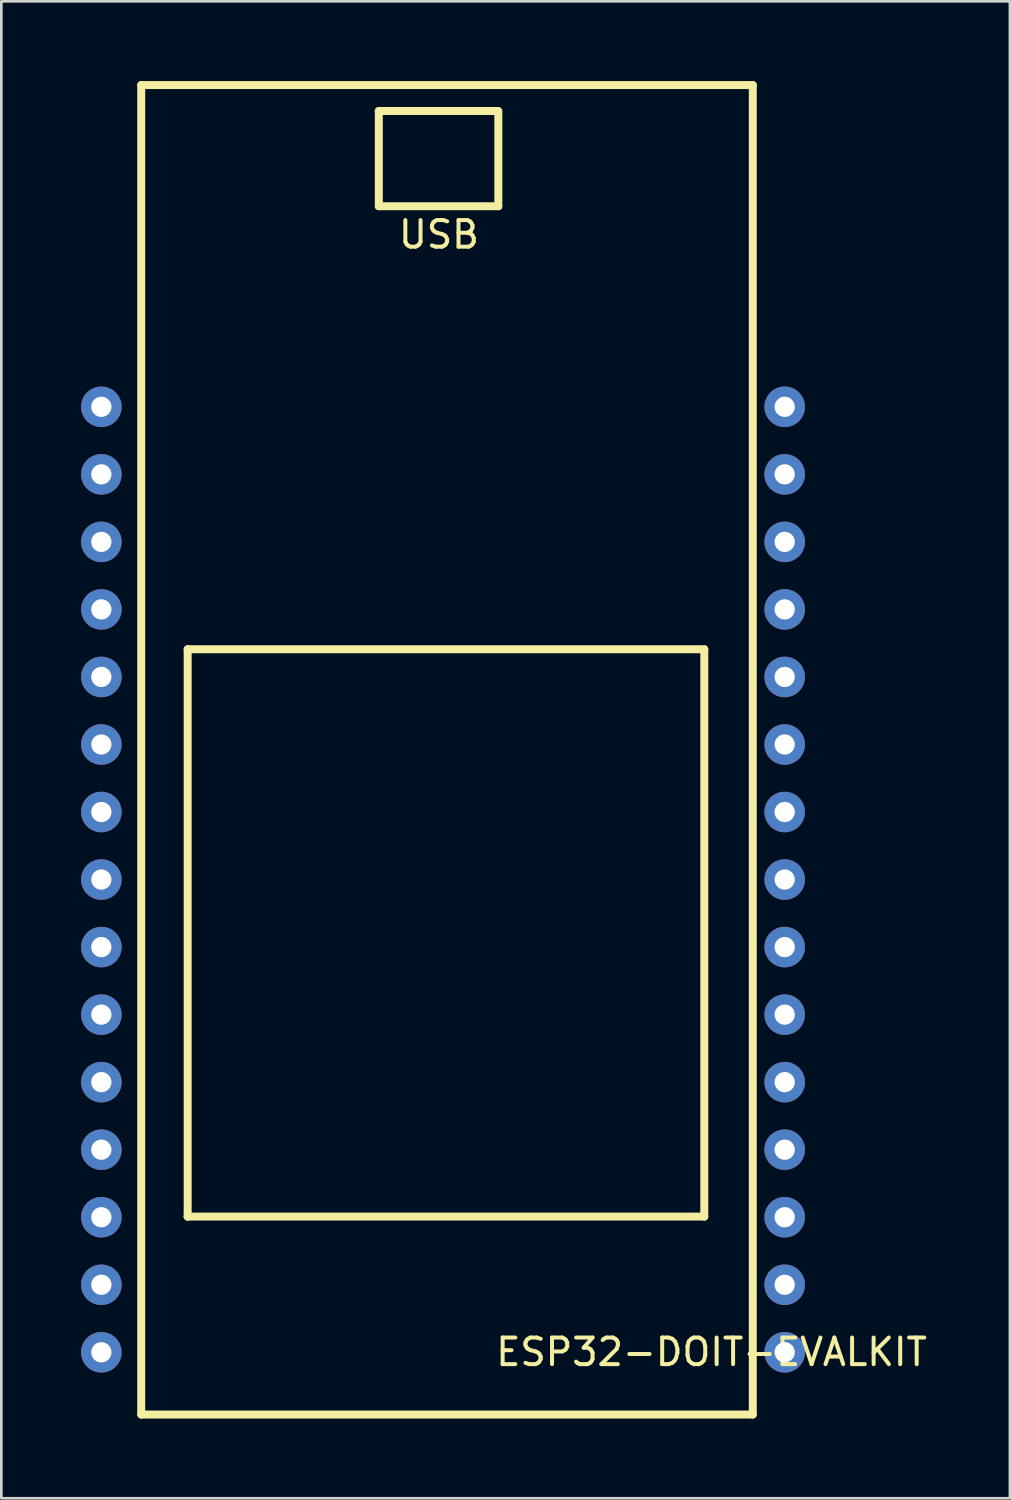
<source format=kicad_pcb>
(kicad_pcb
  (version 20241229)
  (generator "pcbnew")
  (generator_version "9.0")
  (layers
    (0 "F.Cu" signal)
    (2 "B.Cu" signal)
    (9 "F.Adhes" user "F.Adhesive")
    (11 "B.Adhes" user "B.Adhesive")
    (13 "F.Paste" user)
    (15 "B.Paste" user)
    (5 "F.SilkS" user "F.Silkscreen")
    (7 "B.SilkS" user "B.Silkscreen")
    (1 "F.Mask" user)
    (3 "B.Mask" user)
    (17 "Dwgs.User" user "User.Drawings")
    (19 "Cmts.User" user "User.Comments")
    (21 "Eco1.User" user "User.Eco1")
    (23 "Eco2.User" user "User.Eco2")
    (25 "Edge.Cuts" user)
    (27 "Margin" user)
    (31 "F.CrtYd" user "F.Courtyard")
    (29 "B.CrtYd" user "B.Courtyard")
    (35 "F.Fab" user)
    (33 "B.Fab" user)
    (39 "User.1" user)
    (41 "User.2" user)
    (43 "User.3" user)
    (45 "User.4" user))
  (footprint "ESP32-DOIT-EVALKIT"
    (layer "F.Cu")
    (at 13.762 37.65)
    (property "Reference" "ESP32-DOIT-EVALKIT" (at 9.95 10.15 0) (layer "F.SilkS") (effects (font (size 1 1) (thickness 0.15))))
    (attr through_hole)
    (fp_line (start -11.5 -37.5) (end 11.5 -37.5) (stroke (width 0.3) (type solid)) (layer "F.SilkS"))
    (fp_line (start -11.5 12.5) (end -11.5 -37.5) (stroke (width 0.3) (type solid)) (layer "F.SilkS"))
    (fp_line (start -9.754 -16.281) (end -9.754 5.055) (stroke (width 0.3) (type solid)) (layer "F.SilkS"))
    (fp_line (start -9.754 5.055) (end -9.754 5.055) (stroke (width 0.3) (type solid)) (layer "F.SilkS"))
    (fp_line (start -9.754 5.055) (end 9.677 5.055) (stroke (width 0.3) (type solid)) (layer "F.SilkS"))
    (fp_line (start -2.565 -36.525) (end -2.565 -32.944) (stroke (width 0.3) (type solid)) (layer "F.SilkS"))
    (fp_line (start -2.565 -36.5) (end -2.565 -36.5) (stroke (width 0.3) (type solid)) (layer "F.SilkS"))
    (fp_line (start -2.565 -32.944) (end 1.93 -32.944) (stroke (width 0.3) (type solid)) (layer "F.SilkS"))
    (fp_line (start 1.905 -36.525) (end -2.565 -36.525) (stroke (width 0.3) (type solid)) (layer "F.SilkS"))
    (fp_line (start 1.93 -32.944) (end 1.93 -36.525) (stroke (width 0.3) (type solid)) (layer "F.SilkS"))
    (fp_line (start 9.677 -16.281) (end -9.754 -16.281) (stroke (width 0.3) (type solid)) (layer "F.SilkS"))
    (fp_line (start 9.677 5.055) (end 9.677 -16.281) (stroke (width 0.3) (type solid)) (layer "F.SilkS"))
    (fp_line (start 11.5 12.5) (end -11.5 12.5) (stroke (width 0.3) (type solid)) (layer "F.SilkS"))
    (fp_line (start 11.5 12.5) (end 11.5 -37.5) (stroke (width 0.3) (type solid)) (layer "F.SilkS"))
    (fp_text user "USB" (at -0.305 -31.877 0) (layer "F.SilkS") (effects (font (size 1 1) (thickness 0.15))))
    (pad "1" thru_hole circle (at 12.7 -25.4) (size 1.524 1.524) (drill 0.762) (layers "*.Cu" "*.Mask"))
    (pad "2" thru_hole circle (at 12.7 -22.86) (size 1.524 1.524) (drill 0.762) (layers "*.Cu" "*.Mask"))
    (pad "3" thru_hole circle (at 12.7 -20.32) (size 1.524 1.524) (drill 0.762) (layers "*.Cu" "*.Mask"))
    (pad "4" thru_hole circle (at 12.7 -17.78) (size 1.524 1.524) (drill 0.762) (layers "*.Cu" "*.Mask"))
    (pad "5" thru_hole circle (at 12.7 -15.24) (size 1.524 1.524) (drill 0.762) (layers "*.Cu" "*.Mask"))
    (pad "6" thru_hole circle (at 12.7 -12.7) (size 1.524 1.524) (drill 0.762) (layers "*.Cu" "*.Mask"))
    (pad "7" thru_hole circle (at 12.7 -10.16) (size 1.524 1.524) (drill 0.762) (layers "*.Cu" "*.Mask"))
    (pad "8" thru_hole circle (at 12.7 -7.62) (size 1.524 1.524) (drill 0.762) (layers "*.Cu" "*.Mask"))
    (pad "9" thru_hole circle (at 12.7 -5.08) (size 1.524 1.524) (drill 0.762) (layers "*.Cu" "*.Mask"))
    (pad "10" thru_hole circle (at 12.7 -2.54) (size 1.524 1.524) (drill 0.762) (layers "*.Cu" "*.Mask"))
    (pad "11" thru_hole circle (at 12.7 0) (size 1.524 1.524) (drill 0.762) (layers "*.Cu" "*.Mask"))
    (pad "12" thru_hole circle (at 12.7 2.54) (size 1.524 1.524) (drill 0.762) (layers "*.Cu" "*.Mask"))
    (pad "13" thru_hole circle (at 12.7 5.08) (size 1.524 1.524) (drill 0.762) (layers "*.Cu" "*.Mask"))
    (pad "14" thru_hole circle (at 12.7 7.62) (size 1.524 1.524) (drill 0.762) (layers "*.Cu" "*.Mask"))
    (pad "15" thru_hole circle (at 12.7 10.16) (size 1.524 1.524) (drill 0.762) (layers "*.Cu" "*.Mask"))
    (pad "16" thru_hole circle (at -13 10.16) (size 1.524 1.524) (drill 0.762) (layers "*.Cu" "*.Mask"))
    (pad "17" thru_hole circle (at -13 7.62) (size 1.524 1.524) (drill 0.762) (layers "*.Cu" "*.Mask"))
    (pad "18" thru_hole circle (at -13 5.08) (size 1.524 1.524) (drill 0.762) (layers "*.Cu" "*.Mask"))
    (pad "19" thru_hole circle (at -13 2.54) (size 1.524 1.524) (drill 0.762) (layers "*.Cu" "*.Mask"))
    (pad "20" thru_hole circle (at -13 0) (size 1.524 1.524) (drill 0.762) (layers "*.Cu" "*.Mask"))
    (pad "21" thru_hole circle (at -13 -2.54) (size 1.524 1.524) (drill 0.762) (layers "*.Cu" "*.Mask"))
    (pad "22" thru_hole circle (at -13 -5.08) (size 1.524 1.524) (drill 0.762) (layers "*.Cu" "*.Mask"))
    (pad "23" thru_hole circle (at -13 -7.62) (size 1.524 1.524) (drill 0.762) (layers "*.Cu" "*.Mask"))
    (pad "24" thru_hole circle (at -13 -10.16) (size 1.524 1.524) (drill 0.762) (layers "*.Cu" "*.Mask"))
    (pad "25" thru_hole circle (at -13 -12.7) (size 1.524 1.524) (drill 0.762) (layers "*.Cu" "*.Mask"))
    (pad "26" thru_hole circle (at -13 -15.24) (size 1.524 1.524) (drill 0.762) (layers "*.Cu" "*.Mask"))
    (pad "27" thru_hole circle (at -13 -17.78) (size 1.524 1.524) (drill 0.762) (layers "*.Cu" "*.Mask"))
    (pad "28" thru_hole circle (at -13 -20.32) (size 1.524 1.524) (drill 0.762) (layers "*.Cu" "*.Mask"))
    (pad "29" thru_hole circle (at -13 -22.86) (size 1.524 1.524) (drill 0.762) (layers "*.Cu" "*.Mask"))
    (pad "30" thru_hole circle (at -13 -25.4) (size 1.524 1.524) (drill 0.762) (layers "*.Cu" "*.Mask")))
  (gr_rect
    (start -3 -3)
    (end 34.932 53.3)
    (stroke (width 0.1) (type default))
    (fill no)
    (layer "Edge.Cuts")))
</source>
